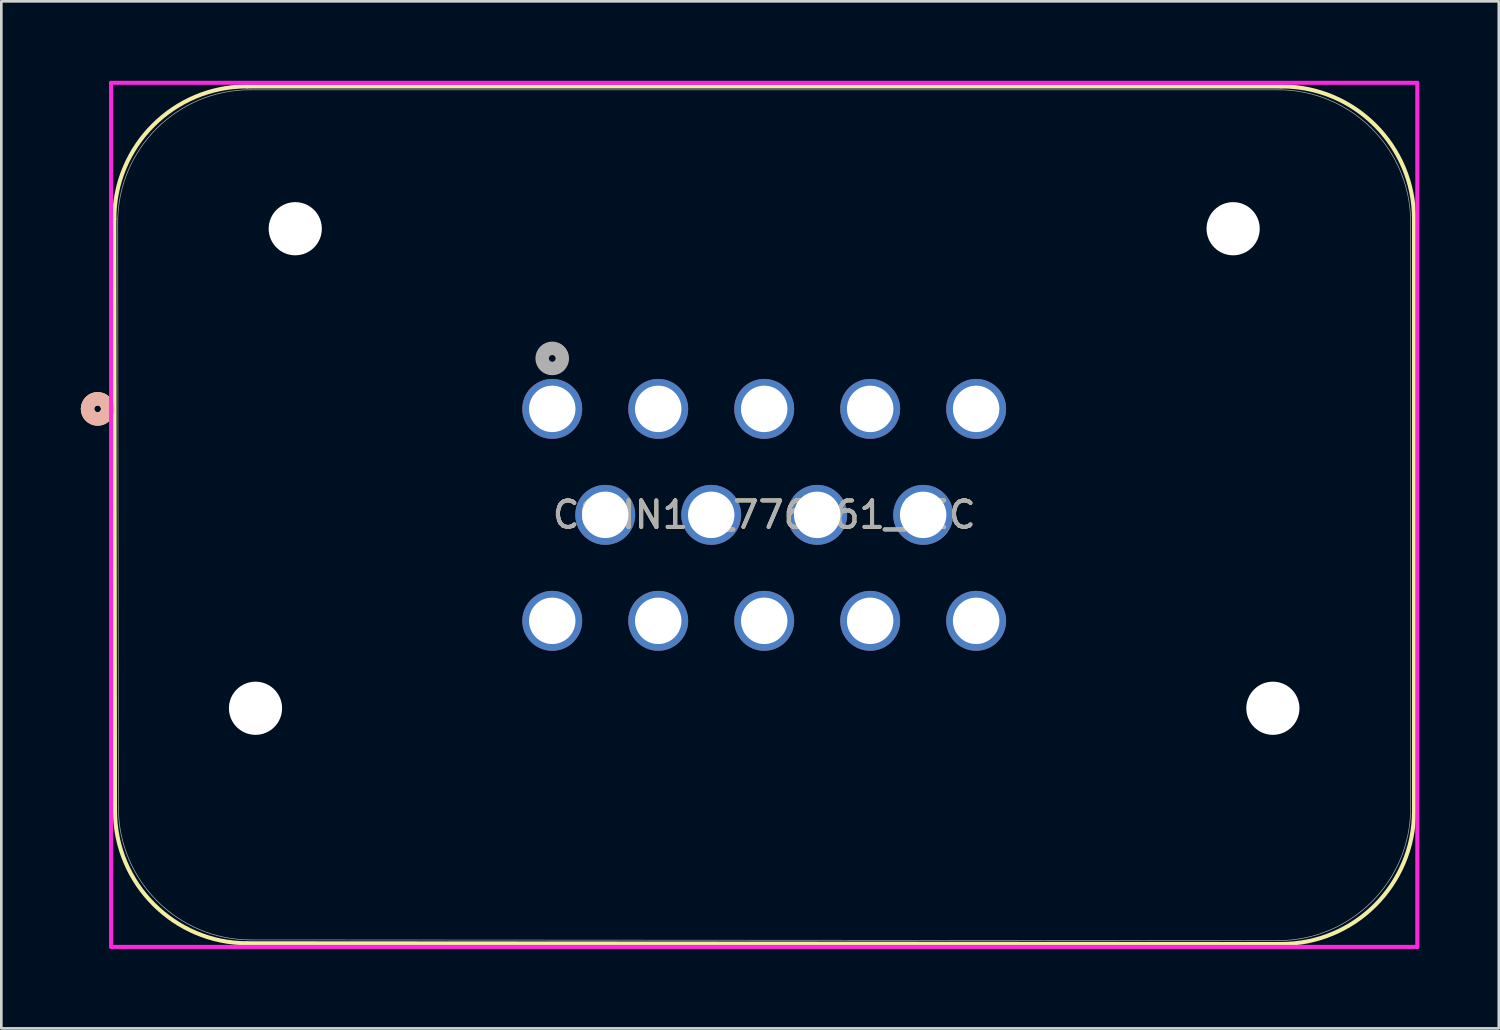
<source format=kicad_pcb>
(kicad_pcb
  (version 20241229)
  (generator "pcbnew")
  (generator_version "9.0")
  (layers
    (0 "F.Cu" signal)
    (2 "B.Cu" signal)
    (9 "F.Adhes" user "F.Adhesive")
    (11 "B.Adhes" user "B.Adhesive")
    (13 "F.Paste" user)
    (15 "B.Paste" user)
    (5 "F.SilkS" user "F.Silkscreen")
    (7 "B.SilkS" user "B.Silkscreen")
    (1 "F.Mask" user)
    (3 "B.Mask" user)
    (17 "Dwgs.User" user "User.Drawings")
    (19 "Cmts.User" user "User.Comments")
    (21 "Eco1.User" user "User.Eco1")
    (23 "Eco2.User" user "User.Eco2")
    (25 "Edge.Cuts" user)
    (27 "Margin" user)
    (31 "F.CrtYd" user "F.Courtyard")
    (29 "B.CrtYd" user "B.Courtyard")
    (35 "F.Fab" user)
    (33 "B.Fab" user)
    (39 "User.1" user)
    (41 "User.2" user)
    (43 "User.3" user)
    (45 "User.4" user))
  (footprint "CONN14_776261_TEC"
    (layer "F.Cu")
    (at 33.794 20.383)
    (property "Reference" "CONN14_776261_TEC" (at -8 -4 0) (unlocked yes) (layer "F.SilkS") (effects (font (size 1 1) (thickness 0.15))))
    (attr through_hole)
    (fp_line (start -32.529 -15.168) (end -32.503 7.167) (stroke (width 0.152) (type solid)) (layer "F.SilkS"))
    (fp_line (start -27.499 12.17) (end 11.523 12.196) (stroke (width 0.152) (type solid)) (layer "F.SilkS"))
    (fp_line (start 11.523 -20.171) (end -27.525 -20.171) (stroke (width 0.152) (type solid)) (layer "F.SilkS"))
    (fp_line (start 16.526 7.192) (end 16.526 -15.168) (stroke (width 0.152) (type solid)) (layer "F.SilkS"))
    (fp_arc (start -32.5285 -15.1676) (mid -31.062921 -18.705821) (end -27.5247 -20.1714) (stroke (width 0.1524) (type solid)) (layer "F.SilkS"))
    (fp_arc (start -27.4993 12.1704) (mid -31.037521 10.704821) (end -32.5031 7.1666) (stroke (width 0.1524) (type solid)) (layer "F.SilkS"))
    (fp_arc (start 11.5227 -20.1714) (mid 15.060921 -18.705821) (end 16.5265 -15.1676) (stroke (width 0.1524) (type solid)) (layer "F.SilkS"))
    (fp_arc (start 16.5265 7.192) (mid 15.060921 10.730221) (end 11.5227 12.1958) (stroke (width 0.1524) (type solid)) (layer "F.SilkS"))
    (fp_circle (center -33.159 -8) (end -32.778 -8) (stroke (width 0.508) (type solid)) (fill no) (layer "F.SilkS"))
    (fp_circle (center -33.159 -8) (end -32.778 -8) (stroke (width 0.508) (type solid)) (fill no) (layer "B.SilkS"))
    (fp_line (start -32.651 -20.307) (end -32.651 12.307) (stroke (width 0.152) (type solid)) (layer "F.CrtYd"))
    (fp_line (start -32.651 12.307) (end 16.651 12.307) (stroke (width 0.152) (type solid)) (layer "F.CrtYd"))
    (fp_line (start 16.651 -20.307) (end -32.651 -20.307) (stroke (width 0.152) (type solid)) (layer "F.CrtYd"))
    (fp_line (start 16.651 12.307) (end 16.651 -20.307) (stroke (width 0.152) (type solid)) (layer "F.CrtYd"))
    (fp_line (start -32.401 -15.041) (end -32.376 7.04) (stroke (width 0.025) (type solid)) (layer "F.Fab"))
    (fp_line (start -27.372 12.043) (end 11.396 12.069) (stroke (width 0.025) (type solid)) (layer "F.Fab"))
    (fp_line (start 11.396 -20.044) (end -27.398 -20.044) (stroke (width 0.025) (type solid)) (layer "F.Fab"))
    (fp_line (start 16.399 7.065) (end 16.399 -15.041) (stroke (width 0.025) (type solid)) (layer "F.Fab"))
    (fp_arc (start -32.4015 -15.0406) (mid -30.935921 -18.578821) (end -27.3977 -20.0444) (stroke (width 0.0254) (type solid)) (layer "F.Fab"))
    (fp_arc (start -27.3723 12.0434) (mid -30.910521 10.577821) (end -32.3761 7.0396) (stroke (width 0.0254) (type solid)) (layer "F.Fab"))
    (fp_arc (start 11.3957 -20.0444) (mid 14.933921 -18.578821) (end 16.3995 -15.0406) (stroke (width 0.0254) (type solid)) (layer "F.Fab"))
    (fp_arc (start 16.3995 7.065) (mid 14.933921 10.603221) (end 11.3957 12.0688) (stroke (width 0.0254) (type solid)) (layer "F.Fab"))
    (fp_circle (center -16 -9.905) (end -15.619 -9.905) (stroke (width 0.508) (type solid)) (fill no) (layer "F.Fab"))
    (fp_text user "${REFERENCE}" (at -8 -4 0) (unlocked yes) (layer "F.Fab") (effects (font (size 1 1) (thickness 0.15))))
    (pad "" np_thru_hole circle (at -27.2 3.3) (size 2.007 2.007) (drill 2.007) (layers "*.Cu" "*.Mask"))
    (pad "" np_thru_hole circle (at -25.7 -14.8) (size 2.007 2.007) (drill 2.007) (layers "*.Cu" "*.Mask"))
    (pad "" np_thru_hole circle (at 9.7 -14.8) (size 2.007 2.007) (drill 2.007) (layers "*.Cu" "*.Mask"))
    (pad "" np_thru_hole circle (at 11.2 3.3) (size 2.007 2.007) (drill 2.007) (layers "*.Cu" "*.Mask"))
    (pad "1" thru_hole circle (at -16 -8) (size 2.261 2.261) (drill 1.753) (layers "*.Cu" "*.Mask"))
    (pad "2" thru_hole circle (at -12 -8) (size 2.261 2.261) (drill 1.753) (layers "*.Cu" "*.Mask"))
    (pad "3" thru_hole circle (at -8 -8) (size 2.261 2.261) (drill 1.753) (layers "*.Cu" "*.Mask"))
    (pad "4" thru_hole circle (at -4 -8) (size 2.261 2.261) (drill 1.753) (layers "*.Cu" "*.Mask"))
    (pad "5" thru_hole circle (at 0 -8) (size 2.261 2.261) (drill 1.753) (layers "*.Cu" "*.Mask"))
    (pad "6" thru_hole circle (at -14 -4) (size 2.261 2.261) (drill 1.753) (layers "*.Cu" "*.Mask"))
    (pad "7" thru_hole circle (at -10 -4) (size 2.261 2.261) (drill 1.753) (layers "*.Cu" "*.Mask"))
    (pad "8" thru_hole circle (at -6 -4) (size 2.261 2.261) (drill 1.753) (layers "*.Cu" "*.Mask"))
    (pad "9" thru_hole circle (at -2 -4) (size 2.261 2.261) (drill 1.753) (layers "*.Cu" "*.Mask"))
    (pad "10" thru_hole circle (at -16 0) (size 2.261 2.261) (drill 1.753) (layers "*.Cu" "*.Mask"))
    (pad "11" thru_hole circle (at -12 0) (size 2.261 2.261) (drill 1.753) (layers "*.Cu" "*.Mask"))
    (pad "12" thru_hole circle (at -8 0) (size 2.261 2.261) (drill 1.753) (layers "*.Cu" "*.Mask"))
    (pad "13" thru_hole circle (at -4 0) (size 2.261 2.261) (drill 1.753) (layers "*.Cu" "*.Mask"))
    (pad "14" thru_hole circle (at 0 0) (size 2.261 2.261) (drill 1.753) (layers "*.Cu" "*.Mask")))
  (gr_rect
    (start -3 -3)
    (end 53.521 35.766)
    (stroke (width 0.1) (type default))
    (fill no)
    (layer "Edge.Cuts")))
</source>
